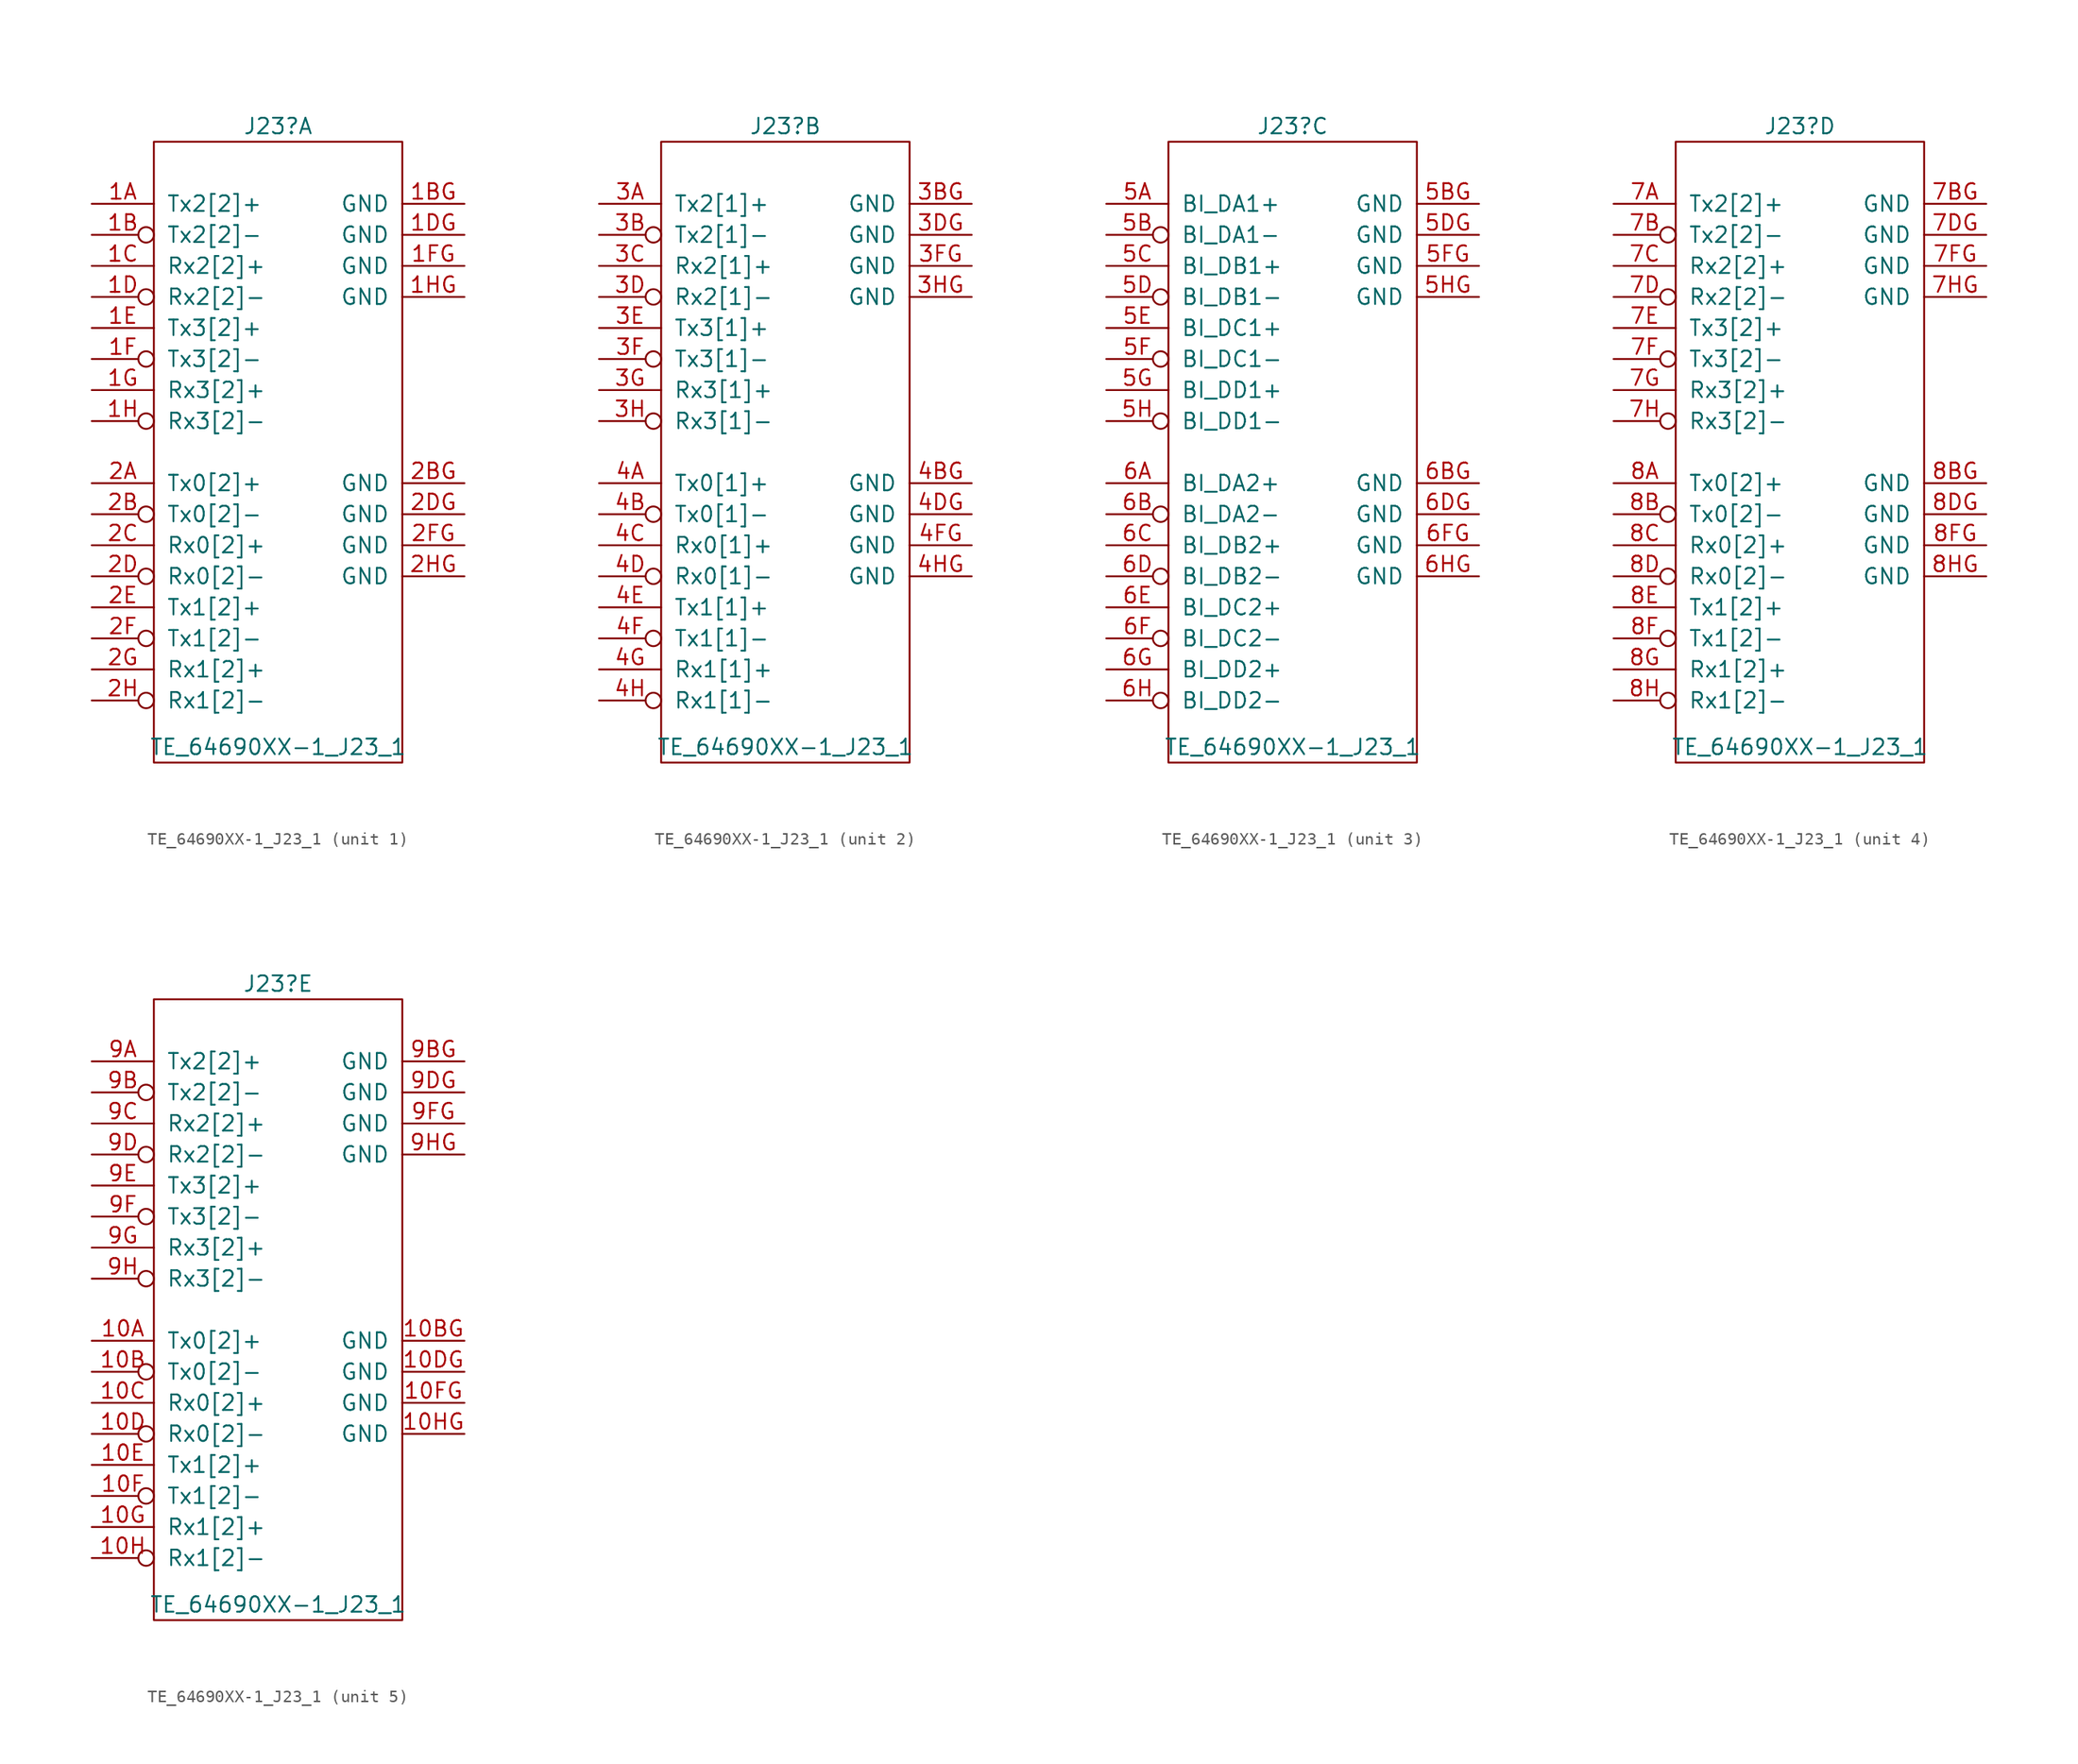
<source format=kicad_sym>
(kicad_symbol_lib
  (version 20220914)
  (generator kicad_symbol_editor)
  (symbol "TE_64690XX-1_J23_1"
    (pin_names
      (offset 1.016))
    (property "Reference" "J23"
      (at 0 26.67 0)
      (effects (font (size 1.27 1.27))))
    (property "Value" "TE_64690XX-1_J23_1"
      (at 0 -24.13 0)
      (effects (font (size 1.27 1.27))))
    (property "ki_locked" ""
      (at 0 0 0)
      (effects (font (size 1.27 1.27))))
    (symbol "TE_64690XX-1_J23_1_1_1"
      (rectangle (start -10.16 25.4) (end 10.16 -25.4) (stroke (width 0) (type default)) (fill (type none)))
      (pin bidirectional line (at -15.24 20.32 0) (length 5.08) (name "Tx2[2]+" (effects (font (size 1.27 1.27)))) (number "1A" (effects (font (size 1.27 1.27)))))
      (pin bidirectional inverted (at -15.24 17.78 0) (length 5.08) (name "Tx2[2]-" (effects (font (size 1.27 1.27)))) (number "1B" (effects (font (size 1.27 1.27)))))
      (pin passive line (at 15.24 20.32 180) (length 5.08) (name "GND" (effects (font (size 1.27 1.27)))) (number "1BG" (effects (font (size 1.27 1.27)))))
      (pin bidirectional line (at -15.24 15.24 0) (length 5.08) (name "Rx2[2]+" (effects (font (size 1.27 1.27)))) (number "1C" (effects (font (size 1.27 1.27)))))
      (pin bidirectional inverted (at -15.24 12.7 0) (length 5.08) (name "Rx2[2]-" (effects (font (size 1.27 1.27)))) (number "1D" (effects (font (size 1.27 1.27)))))
      (pin passive line (at 15.24 17.78 180) (length 5.08) (name "GND" (effects (font (size 1.27 1.27)))) (number "1DG" (effects (font (size 1.27 1.27)))))
      (pin bidirectional line (at -15.24 10.16 0) (length 5.08) (name "Tx3[2]+" (effects (font (size 1.27 1.27)))) (number "1E" (effects (font (size 1.27 1.27)))))
      (pin bidirectional inverted (at -15.24 7.62 0) (length 5.08) (name "Tx3[2]-" (effects (font (size 1.27 1.27)))) (number "1F" (effects (font (size 1.27 1.27)))))
      (pin passive line (at 15.24 15.24 180) (length 5.08) (name "GND" (effects (font (size 1.27 1.27)))) (number "1FG" (effects (font (size 1.27 1.27)))))
      (pin bidirectional line (at -15.24 5.08 0) (length 5.08) (name "Rx3[2]+" (effects (font (size 1.27 1.27)))) (number "1G" (effects (font (size 1.27 1.27)))))
      (pin bidirectional inverted (at -15.24 2.54 0) (length 5.08) (name "Rx3[2]-" (effects (font (size 1.27 1.27)))) (number "1H" (effects (font (size 1.27 1.27)))))
      (pin passive line (at 15.24 12.7 180) (length 5.08) (name "GND" (effects (font (size 1.27 1.27)))) (number "1HG" (effects (font (size 1.27 1.27)))))
      (pin bidirectional line (at -15.24 -2.54 0) (length 5.08) (name "Tx0[2]+" (effects (font (size 1.27 1.27)))) (number "2A" (effects (font (size 1.27 1.27)))))
      (pin bidirectional inverted (at -15.24 -5.08 0) (length 5.08) (name "Tx0[2]-" (effects (font (size 1.27 1.27)))) (number "2B" (effects (font (size 1.27 1.27)))))
      (pin passive line (at 15.24 -2.54 180) (length 5.08) (name "GND" (effects (font (size 1.27 1.27)))) (number "2BG" (effects (font (size 1.27 1.27)))))
      (pin bidirectional line (at -15.24 -7.62 0) (length 5.08) (name "Rx0[2]+" (effects (font (size 1.27 1.27)))) (number "2C" (effects (font (size 1.27 1.27)))))
      (pin bidirectional inverted (at -15.24 -10.16 0) (length 5.08) (name "Rx0[2]-" (effects (font (size 1.27 1.27)))) (number "2D" (effects (font (size 1.27 1.27)))))
      (pin passive line (at 15.24 -5.08 180) (length 5.08) (name "GND" (effects (font (size 1.27 1.27)))) (number "2DG" (effects (font (size 1.27 1.27)))))
      (pin bidirectional line (at -15.24 -12.7 0) (length 5.08) (name "Tx1[2]+" (effects (font (size 1.27 1.27)))) (number "2E" (effects (font (size 1.27 1.27)))))
      (pin bidirectional inverted (at -15.24 -15.24 0) (length 5.08) (name "Tx1[2]-" (effects (font (size 1.27 1.27)))) (number "2F" (effects (font (size 1.27 1.27)))))
      (pin passive line (at 15.24 -7.62 180) (length 5.08) (name "GND" (effects (font (size 1.27 1.27)))) (number "2FG" (effects (font (size 1.27 1.27)))))
      (pin bidirectional line (at -15.24 -17.78 0) (length 5.08) (name "Rx1[2]+" (effects (font (size 1.27 1.27)))) (number "2G" (effects (font (size 1.27 1.27)))))
      (pin bidirectional inverted (at -15.24 -20.32 0) (length 5.08) (name "Rx1[2]-" (effects (font (size 1.27 1.27)))) (number "2H" (effects (font (size 1.27 1.27)))))
      (pin passive line (at 15.24 -10.16 180) (length 5.08) (name "GND" (effects (font (size 1.27 1.27)))) (number "2HG" (effects (font (size 1.27 1.27))))))
    (symbol "TE_64690XX-1_J23_1_2_1"
      (rectangle (start -10.16 25.4) (end 10.16 -25.4) (stroke (width 0) (type default)) (fill (type none)))
      (pin bidirectional line (at -15.24 20.32 0) (length 5.08) (name "Tx2[1]+" (effects (font (size 1.27 1.27)))) (number "3A" (effects (font (size 1.27 1.27)))))
      (pin bidirectional inverted (at -15.24 17.78 0) (length 5.08) (name "Tx2[1]-" (effects (font (size 1.27 1.27)))) (number "3B" (effects (font (size 1.27 1.27)))))
      (pin passive line (at 15.24 20.32 180) (length 5.08) (name "GND" (effects (font (size 1.27 1.27)))) (number "3BG" (effects (font (size 1.27 1.27)))))
      (pin bidirectional line (at -15.24 15.24 0) (length 5.08) (name "Rx2[1]+" (effects (font (size 1.27 1.27)))) (number "3C" (effects (font (size 1.27 1.27)))))
      (pin bidirectional inverted (at -15.24 12.7 0) (length 5.08) (name "Rx2[1]-" (effects (font (size 1.27 1.27)))) (number "3D" (effects (font (size 1.27 1.27)))))
      (pin passive line (at 15.24 17.78 180) (length 5.08) (name "GND" (effects (font (size 1.27 1.27)))) (number "3DG" (effects (font (size 1.27 1.27)))))
      (pin bidirectional line (at -15.24 10.16 0) (length 5.08) (name "Tx3[1]+" (effects (font (size 1.27 1.27)))) (number "3E" (effects (font (size 1.27 1.27)))))
      (pin bidirectional inverted (at -15.24 7.62 0) (length 5.08) (name "Tx3[1]-" (effects (font (size 1.27 1.27)))) (number "3F" (effects (font (size 1.27 1.27)))))
      (pin passive line (at 15.24 15.24 180) (length 5.08) (name "GND" (effects (font (size 1.27 1.27)))) (number "3FG" (effects (font (size 1.27 1.27)))))
      (pin bidirectional line (at -15.24 5.08 0) (length 5.08) (name "Rx3[1]+" (effects (font (size 1.27 1.27)))) (number "3G" (effects (font (size 1.27 1.27)))))
      (pin bidirectional inverted (at -15.24 2.54 0) (length 5.08) (name "Rx3[1]-" (effects (font (size 1.27 1.27)))) (number "3H" (effects (font (size 1.27 1.27)))))
      (pin passive line (at 15.24 12.7 180) (length 5.08) (name "GND" (effects (font (size 1.27 1.27)))) (number "3HG" (effects (font (size 1.27 1.27)))))
      (pin bidirectional line (at -15.24 -2.54 0) (length 5.08) (name "Tx0[1]+" (effects (font (size 1.27 1.27)))) (number "4A" (effects (font (size 1.27 1.27)))))
      (pin bidirectional inverted (at -15.24 -5.08 0) (length 5.08) (name "Tx0[1]-" (effects (font (size 1.27 1.27)))) (number "4B" (effects (font (size 1.27 1.27)))))
      (pin passive line (at 15.24 -2.54 180) (length 5.08) (name "GND" (effects (font (size 1.27 1.27)))) (number "4BG" (effects (font (size 1.27 1.27)))))
      (pin bidirectional line (at -15.24 -7.62 0) (length 5.08) (name "Rx0[1]+" (effects (font (size 1.27 1.27)))) (number "4C" (effects (font (size 1.27 1.27)))))
      (pin bidirectional inverted (at -15.24 -10.16 0) (length 5.08) (name "Rx0[1]-" (effects (font (size 1.27 1.27)))) (number "4D" (effects (font (size 1.27 1.27)))))
      (pin passive line (at 15.24 -5.08 180) (length 5.08) (name "GND" (effects (font (size 1.27 1.27)))) (number "4DG" (effects (font (size 1.27 1.27)))))
      (pin bidirectional line (at -15.24 -12.7 0) (length 5.08) (name "Tx1[1]+" (effects (font (size 1.27 1.27)))) (number "4E" (effects (font (size 1.27 1.27)))))
      (pin bidirectional inverted (at -15.24 -15.24 0) (length 5.08) (name "Tx1[1]-" (effects (font (size 1.27 1.27)))) (number "4F" (effects (font (size 1.27 1.27)))))
      (pin passive line (at 15.24 -7.62 180) (length 5.08) (name "GND" (effects (font (size 1.27 1.27)))) (number "4FG" (effects (font (size 1.27 1.27)))))
      (pin bidirectional line (at -15.24 -17.78 0) (length 5.08) (name "Rx1[1]+" (effects (font (size 1.27 1.27)))) (number "4G" (effects (font (size 1.27 1.27)))))
      (pin bidirectional inverted (at -15.24 -20.32 0) (length 5.08) (name "Rx1[1]-" (effects (font (size 1.27 1.27)))) (number "4H" (effects (font (size 1.27 1.27)))))
      (pin passive line (at 15.24 -10.16 180) (length 5.08) (name "GND" (effects (font (size 1.27 1.27)))) (number "4HG" (effects (font (size 1.27 1.27))))))
    (symbol "TE_64690XX-1_J23_1_3_1"
      (rectangle (start -10.16 25.4) (end 10.16 -25.4) (stroke (width 0) (type default)) (fill (type none)))
      (pin bidirectional line (at -15.24 20.32 0) (length 5.08) (name "BI_DA1+" (effects (font (size 1.27 1.27)))) (number "5A" (effects (font (size 1.27 1.27)))))
      (pin bidirectional inverted (at -15.24 17.78 0) (length 5.08) (name "BI_DA1-" (effects (font (size 1.27 1.27)))) (number "5B" (effects (font (size 1.27 1.27)))))
      (pin passive line (at 15.24 20.32 180) (length 5.08) (name "GND" (effects (font (size 1.27 1.27)))) (number "5BG" (effects (font (size 1.27 1.27)))))
      (pin bidirectional line (at -15.24 15.24 0) (length 5.08) (name "BI_DB1+" (effects (font (size 1.27 1.27)))) (number "5C" (effects (font (size 1.27 1.27)))))
      (pin bidirectional inverted (at -15.24 12.7 0) (length 5.08) (name "BI_DB1-" (effects (font (size 1.27 1.27)))) (number "5D" (effects (font (size 1.27 1.27)))))
      (pin passive line (at 15.24 17.78 180) (length 5.08) (name "GND" (effects (font (size 1.27 1.27)))) (number "5DG" (effects (font (size 1.27 1.27)))))
      (pin bidirectional line (at -15.24 10.16 0) (length 5.08) (name "BI_DC1+" (effects (font (size 1.27 1.27)))) (number "5E" (effects (font (size 1.27 1.27)))))
      (pin bidirectional inverted (at -15.24 7.62 0) (length 5.08) (name "BI_DC1-" (effects (font (size 1.27 1.27)))) (number "5F" (effects (font (size 1.27 1.27)))))
      (pin passive line (at 15.24 15.24 180) (length 5.08) (name "GND" (effects (font (size 1.27 1.27)))) (number "5FG" (effects (font (size 1.27 1.27)))))
      (pin bidirectional line (at -15.24 5.08 0) (length 5.08) (name "BI_DD1+" (effects (font (size 1.27 1.27)))) (number "5G" (effects (font (size 1.27 1.27)))))
      (pin bidirectional inverted (at -15.24 2.54 0) (length 5.08) (name "BI_DD1-" (effects (font (size 1.27 1.27)))) (number "5H" (effects (font (size 1.27 1.27)))))
      (pin passive line (at 15.24 12.7 180) (length 5.08) (name "GND" (effects (font (size 1.27 1.27)))) (number "5HG" (effects (font (size 1.27 1.27)))))
      (pin bidirectional line (at -15.24 -2.54 0) (length 5.08) (name "BI_DA2+" (effects (font (size 1.27 1.27)))) (number "6A" (effects (font (size 1.27 1.27)))))
      (pin bidirectional inverted (at -15.24 -5.08 0) (length 5.08) (name "BI_DA2-" (effects (font (size 1.27 1.27)))) (number "6B" (effects (font (size 1.27 1.27)))))
      (pin passive line (at 15.24 -2.54 180) (length 5.08) (name "GND" (effects (font (size 1.27 1.27)))) (number "6BG" (effects (font (size 1.27 1.27)))))
      (pin bidirectional line (at -15.24 -7.62 0) (length 5.08) (name "BI_DB2+" (effects (font (size 1.27 1.27)))) (number "6C" (effects (font (size 1.27 1.27)))))
      (pin bidirectional inverted (at -15.24 -10.16 0) (length 5.08) (name "BI_DB2-" (effects (font (size 1.27 1.27)))) (number "6D" (effects (font (size 1.27 1.27)))))
      (pin passive line (at 15.24 -5.08 180) (length 5.08) (name "GND" (effects (font (size 1.27 1.27)))) (number "6DG" (effects (font (size 1.27 1.27)))))
      (pin bidirectional line (at -15.24 -12.7 0) (length 5.08) (name "BI_DC2+" (effects (font (size 1.27 1.27)))) (number "6E" (effects (font (size 1.27 1.27)))))
      (pin bidirectional inverted (at -15.24 -15.24 0) (length 5.08) (name "BI_DC2-" (effects (font (size 1.27 1.27)))) (number "6F" (effects (font (size 1.27 1.27)))))
      (pin passive line (at 15.24 -7.62 180) (length 5.08) (name "GND" (effects (font (size 1.27 1.27)))) (number "6FG" (effects (font (size 1.27 1.27)))))
      (pin bidirectional line (at -15.24 -17.78 0) (length 5.08) (name "BI_DD2+" (effects (font (size 1.27 1.27)))) (number "6G" (effects (font (size 1.27 1.27)))))
      (pin bidirectional inverted (at -15.24 -20.32 0) (length 5.08) (name "BI_DD2-" (effects (font (size 1.27 1.27)))) (number "6H" (effects (font (size 1.27 1.27)))))
      (pin passive line (at 15.24 -10.16 180) (length 5.08) (name "GND" (effects (font (size 1.27 1.27)))) (number "6HG" (effects (font (size 1.27 1.27))))))
    (symbol "TE_64690XX-1_J23_1_4_1"
      (rectangle (start -10.16 25.4) (end 10.16 -25.4) (stroke (width 0) (type default)) (fill (type none)))
      (pin bidirectional line (at -15.24 20.32 0) (length 5.08) (name "Tx2[2]+" (effects (font (size 1.27 1.27)))) (number "7A" (effects (font (size 1.27 1.27)))))
      (pin bidirectional inverted (at -15.24 17.78 0) (length 5.08) (name "Tx2[2]-" (effects (font (size 1.27 1.27)))) (number "7B" (effects (font (size 1.27 1.27)))))
      (pin passive line (at 15.24 20.32 180) (length 5.08) (name "GND" (effects (font (size 1.27 1.27)))) (number "7BG" (effects (font (size 1.27 1.27)))))
      (pin bidirectional line (at -15.24 15.24 0) (length 5.08) (name "Rx2[2]+" (effects (font (size 1.27 1.27)))) (number "7C" (effects (font (size 1.27 1.27)))))
      (pin bidirectional inverted (at -15.24 12.7 0) (length 5.08) (name "Rx2[2]-" (effects (font (size 1.27 1.27)))) (number "7D" (effects (font (size 1.27 1.27)))))
      (pin passive line (at 15.24 17.78 180) (length 5.08) (name "GND" (effects (font (size 1.27 1.27)))) (number "7DG" (effects (font (size 1.27 1.27)))))
      (pin bidirectional line (at -15.24 10.16 0) (length 5.08) (name "Tx3[2]+" (effects (font (size 1.27 1.27)))) (number "7E" (effects (font (size 1.27 1.27)))))
      (pin bidirectional inverted (at -15.24 7.62 0) (length 5.08) (name "Tx3[2]-" (effects (font (size 1.27 1.27)))) (number "7F" (effects (font (size 1.27 1.27)))))
      (pin passive line (at 15.24 15.24 180) (length 5.08) (name "GND" (effects (font (size 1.27 1.27)))) (number "7FG" (effects (font (size 1.27 1.27)))))
      (pin bidirectional line (at -15.24 5.08 0) (length 5.08) (name "Rx3[2]+" (effects (font (size 1.27 1.27)))) (number "7G" (effects (font (size 1.27 1.27)))))
      (pin bidirectional inverted (at -15.24 2.54 0) (length 5.08) (name "Rx3[2]-" (effects (font (size 1.27 1.27)))) (number "7H" (effects (font (size 1.27 1.27)))))
      (pin passive line (at 15.24 12.7 180) (length 5.08) (name "GND" (effects (font (size 1.27 1.27)))) (number "7HG" (effects (font (size 1.27 1.27)))))
      (pin bidirectional line (at -15.24 -2.54 0) (length 5.08) (name "Tx0[2]+" (effects (font (size 1.27 1.27)))) (number "8A" (effects (font (size 1.27 1.27)))))
      (pin bidirectional inverted (at -15.24 -5.08 0) (length 5.08) (name "Tx0[2]-" (effects (font (size 1.27 1.27)))) (number "8B" (effects (font (size 1.27 1.27)))))
      (pin passive line (at 15.24 -2.54 180) (length 5.08) (name "GND" (effects (font (size 1.27 1.27)))) (number "8BG" (effects (font (size 1.27 1.27)))))
      (pin bidirectional line (at -15.24 -7.62 0) (length 5.08) (name "Rx0[2]+" (effects (font (size 1.27 1.27)))) (number "8C" (effects (font (size 1.27 1.27)))))
      (pin bidirectional inverted (at -15.24 -10.16 0) (length 5.08) (name "Rx0[2]-" (effects (font (size 1.27 1.27)))) (number "8D" (effects (font (size 1.27 1.27)))))
      (pin passive line (at 15.24 -5.08 180) (length 5.08) (name "GND" (effects (font (size 1.27 1.27)))) (number "8DG" (effects (font (size 1.27 1.27)))))
      (pin bidirectional line (at -15.24 -12.7 0) (length 5.08) (name "Tx1[2]+" (effects (font (size 1.27 1.27)))) (number "8E" (effects (font (size 1.27 1.27)))))
      (pin bidirectional inverted (at -15.24 -15.24 0) (length 5.08) (name "Tx1[2]-" (effects (font (size 1.27 1.27)))) (number "8F" (effects (font (size 1.27 1.27)))))
      (pin passive line (at 15.24 -7.62 180) (length 5.08) (name "GND" (effects (font (size 1.27 1.27)))) (number "8FG" (effects (font (size 1.27 1.27)))))
      (pin bidirectional line (at -15.24 -17.78 0) (length 5.08) (name "Rx1[2]+" (effects (font (size 1.27 1.27)))) (number "8G" (effects (font (size 1.27 1.27)))))
      (pin bidirectional inverted (at -15.24 -20.32 0) (length 5.08) (name "Rx1[2]-" (effects (font (size 1.27 1.27)))) (number "8H" (effects (font (size 1.27 1.27)))))
      (pin passive line (at 15.24 -10.16 180) (length 5.08) (name "GND" (effects (font (size 1.27 1.27)))) (number "8HG" (effects (font (size 1.27 1.27))))))
    (symbol "TE_64690XX-1_J23_1_5_1"
      (rectangle (start -10.16 25.4) (end 10.16 -25.4) (stroke (width 0) (type default)) (fill (type none)))
      (pin bidirectional line (at -15.24 -2.54 0) (length 5.08) (name "Tx0[2]+" (effects (font (size 1.27 1.27)))) (number "10A" (effects (font (size 1.27 1.27)))))
      (pin bidirectional inverted (at -15.24 -5.08 0) (length 5.08) (name "Tx0[2]-" (effects (font (size 1.27 1.27)))) (number "10B" (effects (font (size 1.27 1.27)))))
      (pin passive line (at 15.24 -2.54 180) (length 5.08) (name "GND" (effects (font (size 1.27 1.27)))) (number "10BG" (effects (font (size 1.27 1.27)))))
      (pin bidirectional line (at -15.24 -7.62 0) (length 5.08) (name "Rx0[2]+" (effects (font (size 1.27 1.27)))) (number "10C" (effects (font (size 1.27 1.27)))))
      (pin bidirectional inverted (at -15.24 -10.16 0) (length 5.08) (name "Rx0[2]-" (effects (font (size 1.27 1.27)))) (number "10D" (effects (font (size 1.27 1.27)))))
      (pin passive line (at 15.24 -5.08 180) (length 5.08) (name "GND" (effects (font (size 1.27 1.27)))) (number "10DG" (effects (font (size 1.27 1.27)))))
      (pin bidirectional line (at -15.24 -12.7 0) (length 5.08) (name "Tx1[2]+" (effects (font (size 1.27 1.27)))) (number "10E" (effects (font (size 1.27 1.27)))))
      (pin bidirectional inverted (at -15.24 -15.24 0) (length 5.08) (name "Tx1[2]-" (effects (font (size 1.27 1.27)))) (number "10F" (effects (font (size 1.27 1.27)))))
      (pin passive line (at 15.24 -7.62 180) (length 5.08) (name "GND" (effects (font (size 1.27 1.27)))) (number "10FG" (effects (font (size 1.27 1.27)))))
      (pin bidirectional line (at -15.24 -17.78 0) (length 5.08) (name "Rx1[2]+" (effects (font (size 1.27 1.27)))) (number "10G" (effects (font (size 1.27 1.27)))))
      (pin bidirectional inverted (at -15.24 -20.32 0) (length 5.08) (name "Rx1[2]-" (effects (font (size 1.27 1.27)))) (number "10H" (effects (font (size 1.27 1.27)))))
      (pin passive line (at 15.24 -10.16 180) (length 5.08) (name "GND" (effects (font (size 1.27 1.27)))) (number "10HG" (effects (font (size 1.27 1.27)))))
      (pin bidirectional line (at -15.24 20.32 0) (length 5.08) (name "Tx2[2]+" (effects (font (size 1.27 1.27)))) (number "9A" (effects (font (size 1.27 1.27)))))
      (pin bidirectional inverted (at -15.24 17.78 0) (length 5.08) (name "Tx2[2]-" (effects (font (size 1.27 1.27)))) (number "9B" (effects (font (size 1.27 1.27)))))
      (pin passive line (at 15.24 20.32 180) (length 5.08) (name "GND" (effects (font (size 1.27 1.27)))) (number "9BG" (effects (font (size 1.27 1.27)))))
      (pin bidirectional line (at -15.24 15.24 0) (length 5.08) (name "Rx2[2]+" (effects (font (size 1.27 1.27)))) (number "9C" (effects (font (size 1.27 1.27)))))
      (pin bidirectional inverted (at -15.24 12.7 0) (length 5.08) (name "Rx2[2]-" (effects (font (size 1.27 1.27)))) (number "9D" (effects (font (size 1.27 1.27)))))
      (pin passive line (at 15.24 17.78 180) (length 5.08) (name "GND" (effects (font (size 1.27 1.27)))) (number "9DG" (effects (font (size 1.27 1.27)))))
      (pin bidirectional line (at -15.24 10.16 0) (length 5.08) (name "Tx3[2]+" (effects (font (size 1.27 1.27)))) (number "9E" (effects (font (size 1.27 1.27)))))
      (pin bidirectional inverted (at -15.24 7.62 0) (length 5.08) (name "Tx3[2]-" (effects (font (size 1.27 1.27)))) (number "9F" (effects (font (size 1.27 1.27)))))
      (pin passive line (at 15.24 15.24 180) (length 5.08) (name "GND" (effects (font (size 1.27 1.27)))) (number "9FG" (effects (font (size 1.27 1.27)))))
      (pin bidirectional line (at -15.24 5.08 0) (length 5.08) (name "Rx3[2]+" (effects (font (size 1.27 1.27)))) (number "9G" (effects (font (size 1.27 1.27)))))
      (pin bidirectional inverted (at -15.24 2.54 0) (length 5.08) (name "Rx3[2]-" (effects (font (size 1.27 1.27)))) (number "9H" (effects (font (size 1.27 1.27)))))
      (pin passive line (at 15.24 12.7 180) (length 5.08) (name "GND" (effects (font (size 1.27 1.27)))) (number "9HG" (effects (font (size 1.27 1.27))))))))
</source>
